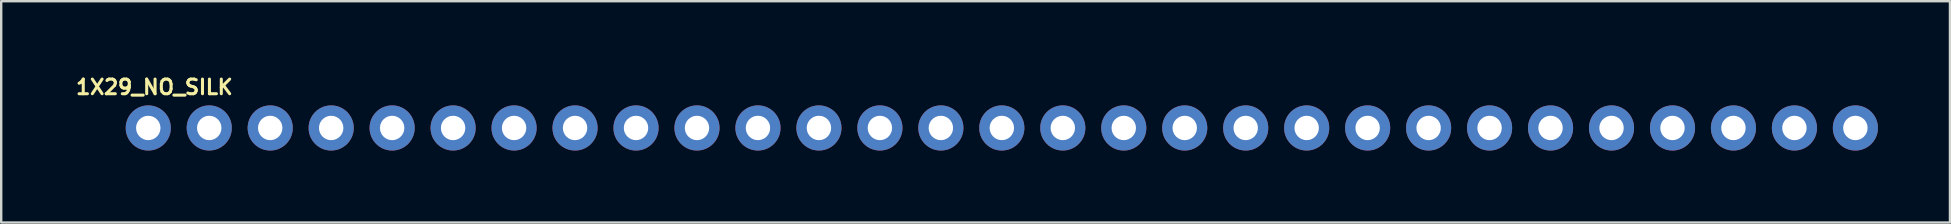
<source format=kicad_pcb>
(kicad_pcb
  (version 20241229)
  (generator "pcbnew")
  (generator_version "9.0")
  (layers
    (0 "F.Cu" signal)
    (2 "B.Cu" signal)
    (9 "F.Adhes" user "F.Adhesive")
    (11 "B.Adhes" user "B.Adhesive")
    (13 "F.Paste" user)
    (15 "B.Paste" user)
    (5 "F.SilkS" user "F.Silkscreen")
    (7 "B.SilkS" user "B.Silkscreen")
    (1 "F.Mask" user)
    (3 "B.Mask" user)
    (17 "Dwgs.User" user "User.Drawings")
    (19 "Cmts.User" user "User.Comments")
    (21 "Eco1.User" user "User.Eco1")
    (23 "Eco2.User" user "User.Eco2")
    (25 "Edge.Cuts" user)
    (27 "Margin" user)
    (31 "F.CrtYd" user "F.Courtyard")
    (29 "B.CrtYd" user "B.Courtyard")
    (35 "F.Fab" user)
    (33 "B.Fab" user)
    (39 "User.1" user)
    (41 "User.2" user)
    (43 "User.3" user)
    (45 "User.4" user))
  (footprint "1X29_NO_SILK"
    (layer "F.Cu")
    (at 3.127 2.281)
    (property "Reference" "1X29_NO_SILK" (at 0.254 -1.702 0) (layer "F.SilkS") (effects (font (size 0.61 0.61) (thickness 0.127))))
    (attr exclude_from_pos_files exclude_from_bom)
    (fp_line (start -0.254 -0.254) (end 0.254 -0.254) (stroke (width 0.066) (type solid)) (layer "Dwgs.User"))
    (fp_line (start -0.254 0.254) (end -0.254 -0.254) (stroke (width 0.066) (type solid)) (layer "Dwgs.User"))
    (fp_line (start -0.254 0.254) (end 0.254 0.254) (stroke (width 0.066) (type solid)) (layer "Dwgs.User"))
    (fp_line (start 0.254 0.254) (end 0.254 -0.254) (stroke (width 0.066) (type solid)) (layer "Dwgs.User"))
    (fp_line (start 2.286 -0.254) (end 2.794 -0.254) (stroke (width 0.066) (type solid)) (layer "Dwgs.User"))
    (fp_line (start 2.286 0.254) (end 2.286 -0.254) (stroke (width 0.066) (type solid)) (layer "Dwgs.User"))
    (fp_line (start 2.286 0.254) (end 2.794 0.254) (stroke (width 0.066) (type solid)) (layer "Dwgs.User"))
    (fp_line (start 2.794 0.254) (end 2.794 -0.254) (stroke (width 0.066) (type solid)) (layer "Dwgs.User"))
    (fp_line (start 4.826 -0.254) (end 5.334 -0.254) (stroke (width 0.066) (type solid)) (layer "Dwgs.User"))
    (fp_line (start 4.826 0.254) (end 4.826 -0.254) (stroke (width 0.066) (type solid)) (layer "Dwgs.User"))
    (fp_line (start 4.826 0.254) (end 5.334 0.254) (stroke (width 0.066) (type solid)) (layer "Dwgs.User"))
    (fp_line (start 5.334 0.254) (end 5.334 -0.254) (stroke (width 0.066) (type solid)) (layer "Dwgs.User"))
    (fp_line (start 7.366 -0.254) (end 7.874 -0.254) (stroke (width 0.066) (type solid)) (layer "Dwgs.User"))
    (fp_line (start 7.366 0.254) (end 7.366 -0.254) (stroke (width 0.066) (type solid)) (layer "Dwgs.User"))
    (fp_line (start 7.366 0.254) (end 7.874 0.254) (stroke (width 0.066) (type solid)) (layer "Dwgs.User"))
    (fp_line (start 7.874 0.254) (end 7.874 -0.254) (stroke (width 0.066) (type solid)) (layer "Dwgs.User"))
    (fp_line (start 9.906 -0.254) (end 10.414 -0.254) (stroke (width 0.066) (type solid)) (layer "Dwgs.User"))
    (fp_line (start 9.906 0.254) (end 9.906 -0.254) (stroke (width 0.066) (type solid)) (layer "Dwgs.User"))
    (fp_line (start 9.906 0.254) (end 10.414 0.254) (stroke (width 0.066) (type solid)) (layer "Dwgs.User"))
    (fp_line (start 10.414 0.254) (end 10.414 -0.254) (stroke (width 0.066) (type solid)) (layer "Dwgs.User"))
    (fp_line (start 12.446 -0.254) (end 12.954 -0.254) (stroke (width 0.066) (type solid)) (layer "Dwgs.User"))
    (fp_line (start 12.446 0.254) (end 12.446 -0.254) (stroke (width 0.066) (type solid)) (layer "Dwgs.User"))
    (fp_line (start 12.446 0.254) (end 12.954 0.254) (stroke (width 0.066) (type solid)) (layer "Dwgs.User"))
    (fp_line (start 12.954 0.254) (end 12.954 -0.254) (stroke (width 0.066) (type solid)) (layer "Dwgs.User"))
    (fp_line (start 14.986 -0.254) (end 15.494 -0.254) (stroke (width 0.066) (type solid)) (layer "Dwgs.User"))
    (fp_line (start 14.986 0.254) (end 14.986 -0.254) (stroke (width 0.066) (type solid)) (layer "Dwgs.User"))
    (fp_line (start 14.986 0.254) (end 15.494 0.254) (stroke (width 0.066) (type solid)) (layer "Dwgs.User"))
    (fp_line (start 15.494 0.254) (end 15.494 -0.254) (stroke (width 0.066) (type solid)) (layer "Dwgs.User"))
    (fp_line (start 17.523 -0.254) (end 18.034 -0.254) (stroke (width 0.066) (type solid)) (layer "Dwgs.User"))
    (fp_line (start 17.523 0.254) (end 17.523 -0.254) (stroke (width 0.066) (type solid)) (layer "Dwgs.User"))
    (fp_line (start 17.523 0.254) (end 18.034 0.254) (stroke (width 0.066) (type solid)) (layer "Dwgs.User"))
    (fp_line (start 18.034 0.254) (end 18.034 -0.254) (stroke (width 0.066) (type solid)) (layer "Dwgs.User"))
    (fp_line (start 20.066 -0.254) (end 20.574 -0.254) (stroke (width 0.066) (type solid)) (layer "Dwgs.User"))
    (fp_line (start 20.066 0.254) (end 20.066 -0.254) (stroke (width 0.066) (type solid)) (layer "Dwgs.User"))
    (fp_line (start 20.066 0.254) (end 20.574 0.254) (stroke (width 0.066) (type solid)) (layer "Dwgs.User"))
    (fp_line (start 20.574 0.254) (end 20.574 -0.254) (stroke (width 0.066) (type solid)) (layer "Dwgs.User"))
    (fp_line (start 22.606 -0.254) (end 23.114 -0.254) (stroke (width 0.066) (type solid)) (layer "Dwgs.User"))
    (fp_line (start 22.606 0.254) (end 22.606 -0.254) (stroke (width 0.066) (type solid)) (layer "Dwgs.User"))
    (fp_line (start 22.606 0.254) (end 23.114 0.254) (stroke (width 0.066) (type solid)) (layer "Dwgs.User"))
    (fp_line (start 23.114 0.254) (end 23.114 -0.254) (stroke (width 0.066) (type solid)) (layer "Dwgs.User"))
    (fp_line (start 25.146 -0.254) (end 25.654 -0.254) (stroke (width 0.066) (type solid)) (layer "Dwgs.User"))
    (fp_line (start 25.146 0.254) (end 25.146 -0.254) (stroke (width 0.066) (type solid)) (layer "Dwgs.User"))
    (fp_line (start 25.146 0.254) (end 25.654 0.254) (stroke (width 0.066) (type solid)) (layer "Dwgs.User"))
    (fp_line (start 25.654 0.254) (end 25.654 -0.254) (stroke (width 0.066) (type solid)) (layer "Dwgs.User"))
    (fp_line (start 27.686 -0.254) (end 28.194 -0.254) (stroke (width 0.066) (type solid)) (layer "Dwgs.User"))
    (fp_line (start 27.686 0.254) (end 27.686 -0.254) (stroke (width 0.066) (type solid)) (layer "Dwgs.User"))
    (fp_line (start 27.686 0.254) (end 28.194 0.254) (stroke (width 0.066) (type solid)) (layer "Dwgs.User"))
    (fp_line (start 28.194 0.254) (end 28.194 -0.254) (stroke (width 0.066) (type solid)) (layer "Dwgs.User"))
    (fp_line (start 30.226 -0.254) (end 30.734 -0.254) (stroke (width 0.066) (type solid)) (layer "Dwgs.User"))
    (fp_line (start 30.226 0.254) (end 30.226 -0.254) (stroke (width 0.066) (type solid)) (layer "Dwgs.User"))
    (fp_line (start 30.226 0.254) (end 30.734 0.254) (stroke (width 0.066) (type solid)) (layer "Dwgs.User"))
    (fp_line (start 30.734 0.254) (end 30.734 -0.254) (stroke (width 0.066) (type solid)) (layer "Dwgs.User"))
    (fp_line (start 32.766 -0.254) (end 33.274 -0.254) (stroke (width 0.066) (type solid)) (layer "Dwgs.User"))
    (fp_line (start 32.766 0.254) (end 32.766 -0.254) (stroke (width 0.066) (type solid)) (layer "Dwgs.User"))
    (fp_line (start 32.766 0.254) (end 33.274 0.254) (stroke (width 0.066) (type solid)) (layer "Dwgs.User"))
    (fp_line (start 33.274 0.254) (end 33.274 -0.254) (stroke (width 0.066) (type solid)) (layer "Dwgs.User"))
    (fp_line (start 35.303 -0.254) (end 35.814 -0.254) (stroke (width 0.066) (type solid)) (layer "Dwgs.User"))
    (fp_line (start 35.303 0.254) (end 35.303 -0.254) (stroke (width 0.066) (type solid)) (layer "Dwgs.User"))
    (fp_line (start 35.303 0.254) (end 35.814 0.254) (stroke (width 0.066) (type solid)) (layer "Dwgs.User"))
    (fp_line (start 35.814 0.254) (end 35.814 -0.254) (stroke (width 0.066) (type solid)) (layer "Dwgs.User"))
    (fp_line (start 37.846 -0.254) (end 38.354 -0.254) (stroke (width 0.066) (type solid)) (layer "Dwgs.User"))
    (fp_line (start 37.846 0.254) (end 37.846 -0.254) (stroke (width 0.066) (type solid)) (layer "Dwgs.User"))
    (fp_line (start 37.846 0.254) (end 38.354 0.254) (stroke (width 0.066) (type solid)) (layer "Dwgs.User"))
    (fp_line (start 38.354 0.254) (end 38.354 -0.254) (stroke (width 0.066) (type solid)) (layer "Dwgs.User"))
    (fp_line (start 40.386 -0.254) (end 40.894 -0.254) (stroke (width 0.066) (type solid)) (layer "Dwgs.User"))
    (fp_line (start 40.386 0.254) (end 40.386 -0.254) (stroke (width 0.066) (type solid)) (layer "Dwgs.User"))
    (fp_line (start 40.386 0.254) (end 40.894 0.254) (stroke (width 0.066) (type solid)) (layer "Dwgs.User"))
    (fp_line (start 40.894 0.254) (end 40.894 -0.254) (stroke (width 0.066) (type solid)) (layer "Dwgs.User"))
    (fp_line (start 42.926 -0.254) (end 43.434 -0.254) (stroke (width 0.066) (type solid)) (layer "Dwgs.User"))
    (fp_line (start 42.926 0.254) (end 42.926 -0.254) (stroke (width 0.066) (type solid)) (layer "Dwgs.User"))
    (fp_line (start 42.926 0.254) (end 43.434 0.254) (stroke (width 0.066) (type solid)) (layer "Dwgs.User"))
    (fp_line (start 43.434 0.254) (end 43.434 -0.254) (stroke (width 0.066) (type solid)) (layer "Dwgs.User"))
    (fp_line (start 45.466 -0.254) (end 45.974 -0.254) (stroke (width 0.066) (type solid)) (layer "Dwgs.User"))
    (fp_line (start 45.466 0.254) (end 45.466 -0.254) (stroke (width 0.066) (type solid)) (layer "Dwgs.User"))
    (fp_line (start 45.466 0.254) (end 45.974 0.254) (stroke (width 0.066) (type solid)) (layer "Dwgs.User"))
    (fp_line (start 45.974 0.254) (end 45.974 -0.254) (stroke (width 0.066) (type solid)) (layer "Dwgs.User"))
    (fp_line (start 48.006 -0.254) (end 48.514 -0.254) (stroke (width 0.066) (type solid)) (layer "Dwgs.User"))
    (fp_line (start 48.006 0.254) (end 48.006 -0.254) (stroke (width 0.066) (type solid)) (layer "Dwgs.User"))
    (fp_line (start 48.006 0.254) (end 48.514 0.254) (stroke (width 0.066) (type solid)) (layer "Dwgs.User"))
    (fp_line (start 48.514 0.254) (end 48.514 -0.254) (stroke (width 0.066) (type solid)) (layer "Dwgs.User"))
    (fp_line (start 50.546 -0.254) (end 51.051 -0.254) (stroke (width 0.066) (type solid)) (layer "Dwgs.User"))
    (fp_line (start 50.546 0.254) (end 50.546 -0.254) (stroke (width 0.066) (type solid)) (layer "Dwgs.User"))
    (fp_line (start 50.546 0.254) (end 51.051 0.254) (stroke (width 0.066) (type solid)) (layer "Dwgs.User"))
    (fp_line (start 51.051 0.254) (end 51.051 -0.254) (stroke (width 0.066) (type solid)) (layer "Dwgs.User"))
    (fp_line (start 53.086 -0.254) (end 53.594 -0.254) (stroke (width 0.066) (type solid)) (layer "Dwgs.User"))
    (fp_line (start 53.086 0.254) (end 53.086 -0.254) (stroke (width 0.066) (type solid)) (layer "Dwgs.User"))
    (fp_line (start 53.086 0.254) (end 53.594 0.254) (stroke (width 0.066) (type solid)) (layer "Dwgs.User"))
    (fp_line (start 53.594 0.254) (end 53.594 -0.254) (stroke (width 0.066) (type solid)) (layer "Dwgs.User"))
    (fp_line (start 55.626 -0.254) (end 56.134 -0.254) (stroke (width 0.066) (type solid)) (layer "Dwgs.User"))
    (fp_line (start 55.626 0.254) (end 55.626 -0.254) (stroke (width 0.066) (type solid)) (layer "Dwgs.User"))
    (fp_line (start 55.626 0.254) (end 56.134 0.254) (stroke (width 0.066) (type solid)) (layer "Dwgs.User"))
    (fp_line (start 56.134 0.254) (end 56.134 -0.254) (stroke (width 0.066) (type solid)) (layer "Dwgs.User"))
    (fp_line (start 58.166 -0.254) (end 58.674 -0.254) (stroke (width 0.066) (type solid)) (layer "Dwgs.User"))
    (fp_line (start 58.166 0.254) (end 58.166 -0.254) (stroke (width 0.066) (type solid)) (layer "Dwgs.User"))
    (fp_line (start 58.166 0.254) (end 58.674 0.254) (stroke (width 0.066) (type solid)) (layer "Dwgs.User"))
    (fp_line (start 58.674 0.254) (end 58.674 -0.254) (stroke (width 0.066) (type solid)) (layer "Dwgs.User"))
    (fp_line (start 60.706 -0.254) (end 61.214 -0.254) (stroke (width 0.066) (type solid)) (layer "Dwgs.User"))
    (fp_line (start 60.706 0.254) (end 60.706 -0.254) (stroke (width 0.066) (type solid)) (layer "Dwgs.User"))
    (fp_line (start 60.706 0.254) (end 61.214 0.254) (stroke (width 0.066) (type solid)) (layer "Dwgs.User"))
    (fp_line (start 61.214 0.254) (end 61.214 -0.254) (stroke (width 0.066) (type solid)) (layer "Dwgs.User"))
    (fp_line (start 63.246 -0.254) (end 63.751 -0.254) (stroke (width 0.066) (type solid)) (layer "Dwgs.User"))
    (fp_line (start 63.246 0.254) (end 63.246 -0.254) (stroke (width 0.066) (type solid)) (layer "Dwgs.User"))
    (fp_line (start 63.246 0.254) (end 63.751 0.254) (stroke (width 0.066) (type solid)) (layer "Dwgs.User"))
    (fp_line (start 63.751 0.254) (end 63.751 -0.254) (stroke (width 0.066) (type solid)) (layer "Dwgs.User"))
    (fp_line (start 65.786 -0.254) (end 66.294 -0.254) (stroke (width 0.066) (type solid)) (layer "Dwgs.User"))
    (fp_line (start 65.786 0.254) (end 65.786 -0.254) (stroke (width 0.066) (type solid)) (layer "Dwgs.User"))
    (fp_line (start 65.786 0.254) (end 66.294 0.254) (stroke (width 0.066) (type solid)) (layer "Dwgs.User"))
    (fp_line (start 66.294 0.254) (end 66.294 -0.254) (stroke (width 0.066) (type solid)) (layer "Dwgs.User"))
    (fp_line (start 68.326 -0.254) (end 68.834 -0.254) (stroke (width 0.066) (type solid)) (layer "Dwgs.User"))
    (fp_line (start 68.326 0.254) (end 68.326 -0.254) (stroke (width 0.066) (type solid)) (layer "Dwgs.User"))
    (fp_line (start 68.326 0.254) (end 68.834 0.254) (stroke (width 0.066) (type solid)) (layer "Dwgs.User"))
    (fp_line (start 68.834 0.254) (end 68.834 -0.254) (stroke (width 0.066) (type solid)) (layer "Dwgs.User"))
    (fp_line (start 70.866 -0.254) (end 71.374 -0.254) (stroke (width 0.066) (type solid)) (layer "Dwgs.User"))
    (fp_line (start 70.866 0.254) (end 70.866 -0.254) (stroke (width 0.066) (type solid)) (layer "Dwgs.User"))
    (fp_line (start 70.866 0.254) (end 71.374 0.254) (stroke (width 0.066) (type solid)) (layer "Dwgs.User"))
    (fp_line (start 71.374 0.254) (end 71.374 -0.254) (stroke (width 0.066) (type solid)) (layer "Dwgs.User"))
    (pad "1" thru_hole circle (at 0 0) (size 1.88 1.88) (drill 1.016) (layers "*.Cu" "*.Paste" "*.Mask"))
    (pad "2" thru_hole circle (at 2.54 0) (size 1.88 1.88) (drill 1.016) (layers "*.Cu" "*.Paste" "*.Mask"))
    (pad "3" thru_hole circle (at 5.08 0) (size 1.88 1.88) (drill 1.016) (layers "*.Cu" "*.Paste" "*.Mask"))
    (pad "4" thru_hole circle (at 7.62 0) (size 1.88 1.88) (drill 1.016) (layers "*.Cu" "*.Paste" "*.Mask"))
    (pad "5" thru_hole circle (at 10.16 0) (size 1.88 1.88) (drill 1.016) (layers "*.Cu" "*.Paste" "*.Mask"))
    (pad "6" thru_hole circle (at 12.7 0) (size 1.88 1.88) (drill 1.016) (layers "*.Cu" "*.Paste" "*.Mask"))
    (pad "7" thru_hole circle (at 15.24 0) (size 1.88 1.88) (drill 1.016) (layers "*.Cu" "*.Paste" "*.Mask"))
    (pad "8" thru_hole circle (at 17.78 0) (size 1.88 1.88) (drill 1.016) (layers "*.Cu" "*.Paste" "*.Mask"))
    (pad "9" thru_hole circle (at 20.32 0) (size 1.88 1.88) (drill 1.016) (layers "*.Cu" "*.Paste" "*.Mask"))
    (pad "10" thru_hole circle (at 22.86 0) (size 1.88 1.88) (drill 1.016) (layers "*.Cu" "*.Paste" "*.Mask"))
    (pad "11" thru_hole circle (at 25.4 0) (size 1.88 1.88) (drill 1.016) (layers "*.Cu" "*.Paste" "*.Mask"))
    (pad "12" thru_hole circle (at 27.94 0) (size 1.88 1.88) (drill 1.016) (layers "*.Cu" "*.Paste" "*.Mask"))
    (pad "13" thru_hole circle (at 30.48 0) (size 1.88 1.88) (drill 1.016) (layers "*.Cu" "*.Paste" "*.Mask"))
    (pad "14" thru_hole circle (at 33.02 0) (size 1.88 1.88) (drill 1.016) (layers "*.Cu" "*.Paste" "*.Mask"))
    (pad "15" thru_hole circle (at 35.56 0) (size 1.88 1.88) (drill 1.016) (layers "*.Cu" "*.Paste" "*.Mask"))
    (pad "16" thru_hole circle (at 38.1 0) (size 1.88 1.88) (drill 1.016) (layers "*.Cu" "*.Paste" "*.Mask"))
    (pad "17" thru_hole circle (at 40.64 0) (size 1.88 1.88) (drill 1.016) (layers "*.Cu" "*.Paste" "*.Mask"))
    (pad "18" thru_hole circle (at 43.18 0) (size 1.88 1.88) (drill 1.016) (layers "*.Cu" "*.Paste" "*.Mask"))
    (pad "19" thru_hole circle (at 45.72 0) (size 1.88 1.88) (drill 1.016) (layers "*.Cu" "*.Paste" "*.Mask"))
    (pad "20" thru_hole circle (at 48.26 0) (size 1.88 1.88) (drill 1.016) (layers "*.Cu" "*.Paste" "*.Mask"))
    (pad "21" thru_hole circle (at 50.8 0) (size 1.88 1.88) (drill 1.016) (layers "*.Cu" "*.Paste" "*.Mask"))
    (pad "22" thru_hole circle (at 53.34 0) (size 1.88 1.88) (drill 1.016) (layers "*.Cu" "*.Paste" "*.Mask"))
    (pad "23" thru_hole circle (at 55.88 0) (size 1.88 1.88) (drill 1.016) (layers "*.Cu" "*.Paste" "*.Mask"))
    (pad "24" thru_hole circle (at 58.42 0) (size 1.88 1.88) (drill 1.016) (layers "*.Cu" "*.Paste" "*.Mask"))
    (pad "25" thru_hole circle (at 60.96 0) (size 1.88 1.88) (drill 1.016) (layers "*.Cu" "*.Paste" "*.Mask"))
    (pad "26" thru_hole circle (at 63.5 0) (size 1.88 1.88) (drill 1.016) (layers "*.Cu" "*.Paste" "*.Mask"))
    (pad "27" thru_hole circle (at 66.04 0) (size 1.88 1.88) (drill 1.016) (layers "*.Cu" "*.Paste" "*.Mask"))
    (pad "28" thru_hole circle (at 68.58 0) (size 1.88 1.88) (drill 1.016) (layers "*.Cu" "*.Paste" "*.Mask"))
    (pad "29" thru_hole circle (at 71.12 0) (size 1.88 1.88) (drill 1.016) (layers "*.Cu" "*.Paste" "*.Mask")))
  (gr_rect
    (start -3 -3)
    (end 78.187 6.221)
    (stroke (width 0.1) (type default))
    (fill no)
    (layer "Edge.Cuts")))
</source>
